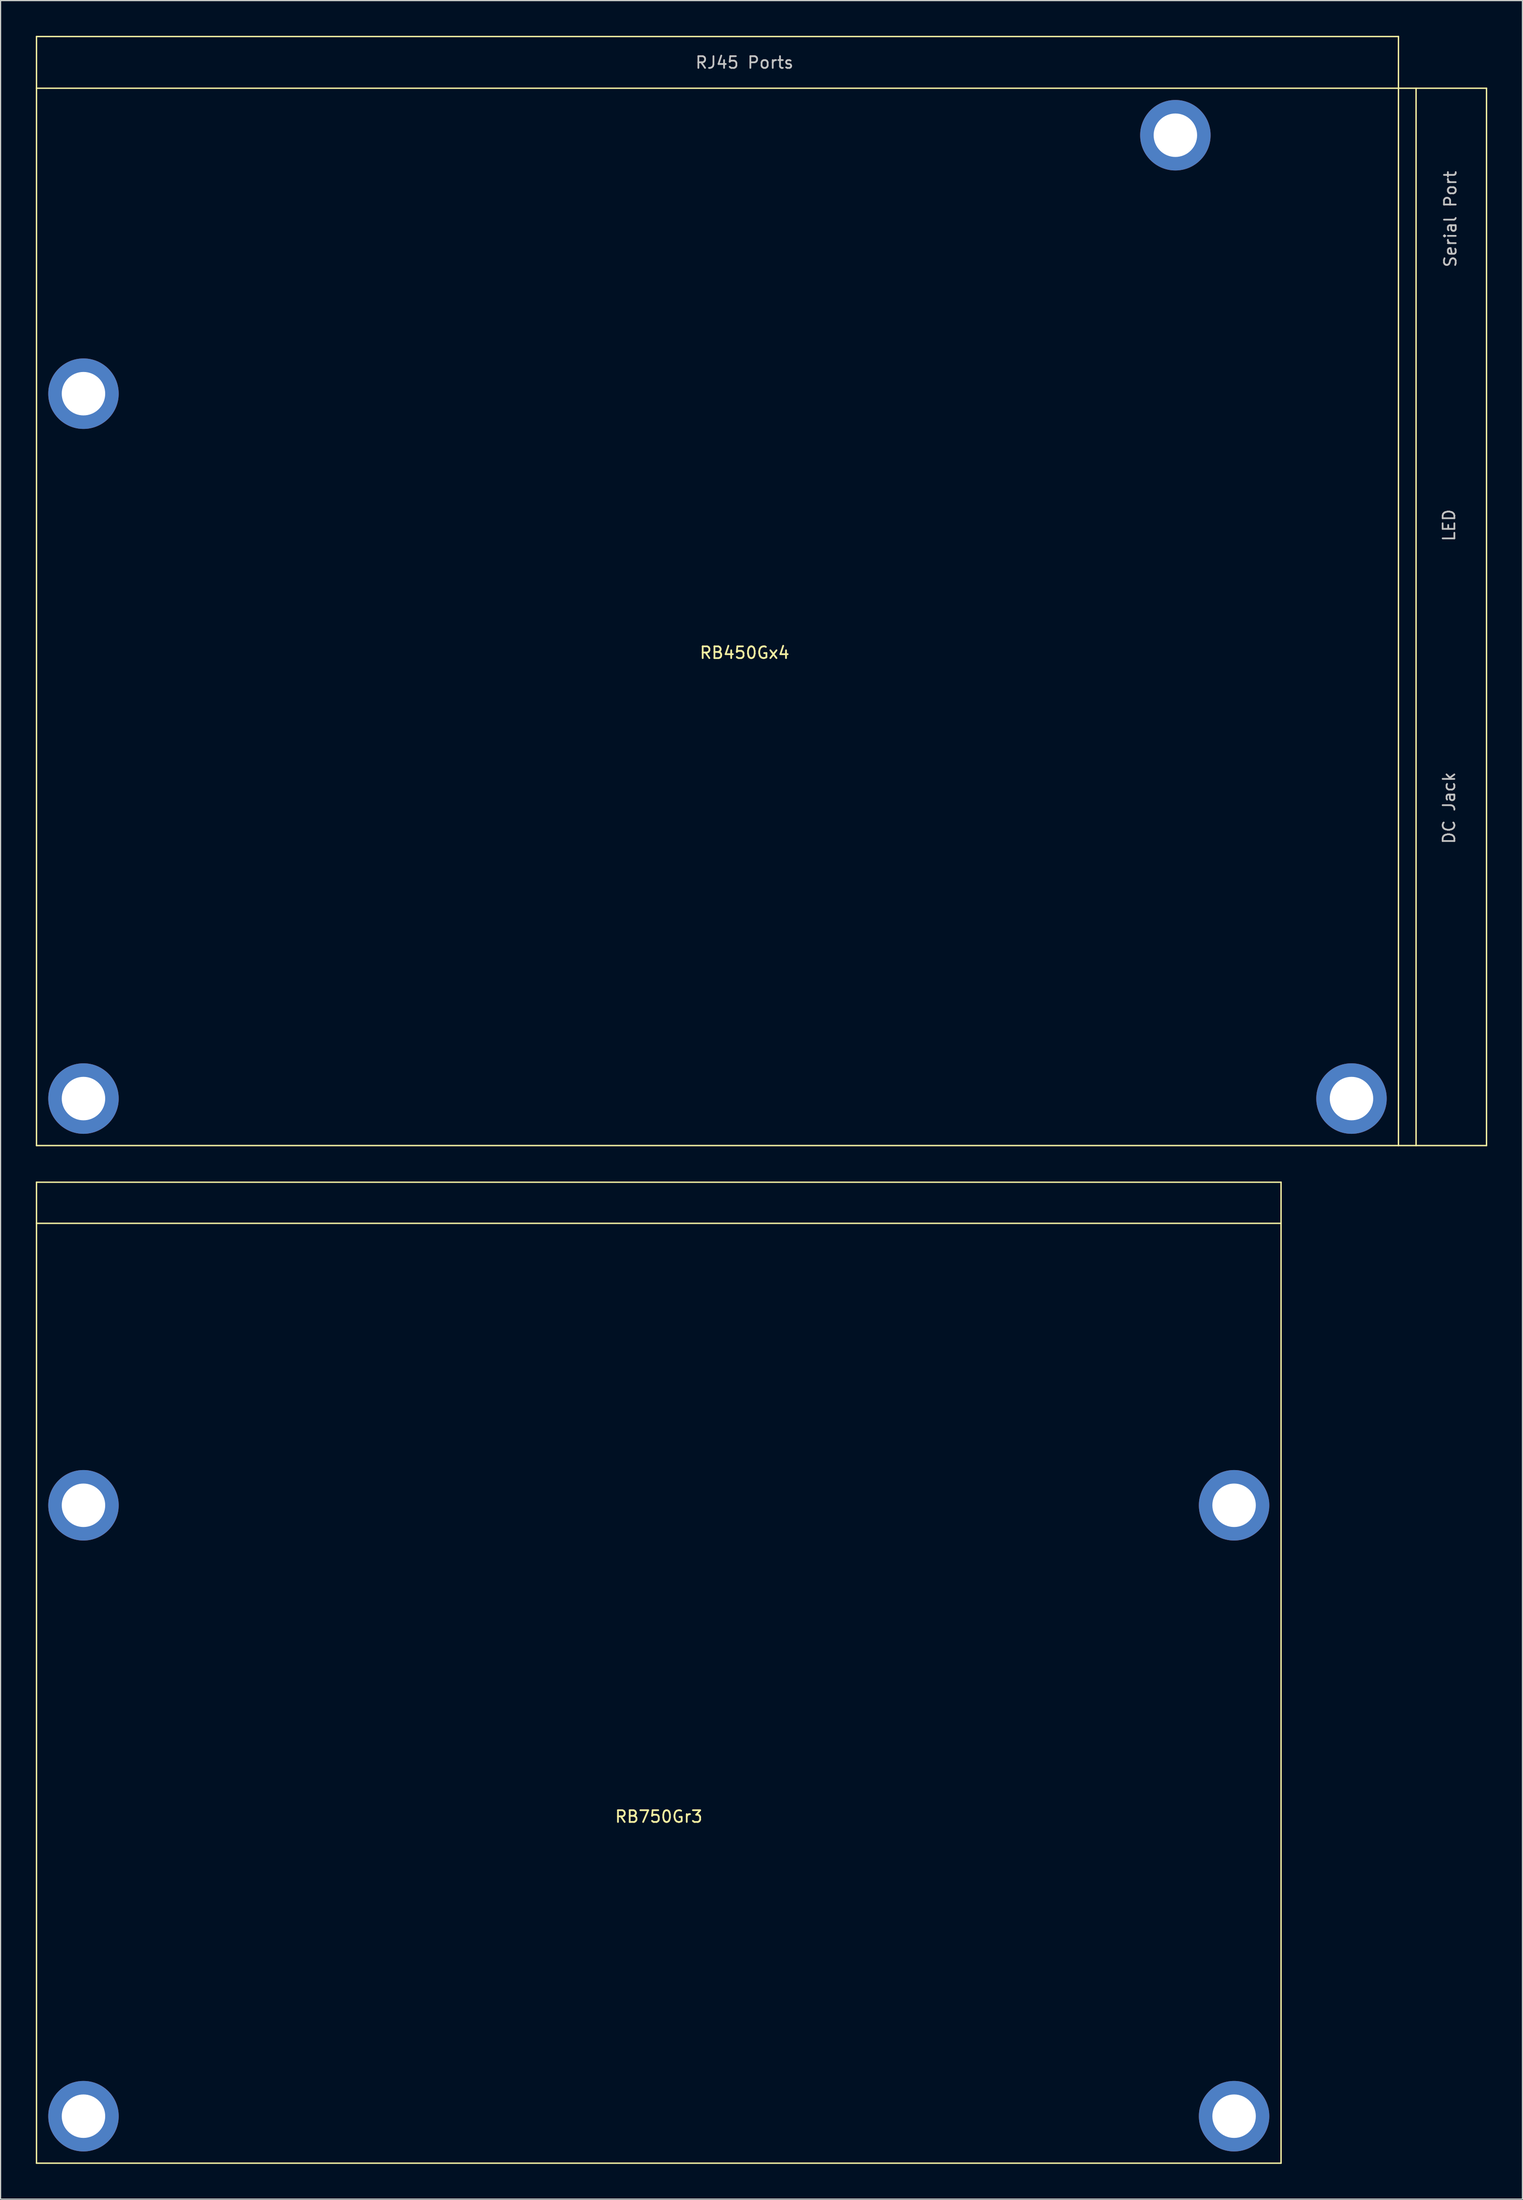
<source format=kicad_pcb>
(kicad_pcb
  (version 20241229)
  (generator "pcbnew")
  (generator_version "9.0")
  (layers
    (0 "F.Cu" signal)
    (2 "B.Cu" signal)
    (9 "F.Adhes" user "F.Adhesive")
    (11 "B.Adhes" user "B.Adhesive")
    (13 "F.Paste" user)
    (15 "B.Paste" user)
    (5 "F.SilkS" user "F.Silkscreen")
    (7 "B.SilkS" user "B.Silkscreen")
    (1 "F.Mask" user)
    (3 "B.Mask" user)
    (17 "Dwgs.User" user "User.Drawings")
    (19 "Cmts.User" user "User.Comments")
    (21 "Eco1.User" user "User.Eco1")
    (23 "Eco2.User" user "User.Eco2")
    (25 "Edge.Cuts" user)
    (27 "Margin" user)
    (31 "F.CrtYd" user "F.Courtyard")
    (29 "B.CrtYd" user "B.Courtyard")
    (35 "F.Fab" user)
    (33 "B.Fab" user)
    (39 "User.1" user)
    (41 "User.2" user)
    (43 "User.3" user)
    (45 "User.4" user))
  (footprint "RB450Gx4"
    (layer "F.Cu")
    (at 60.436 52.707)
    (property "Reference" "RB450Gx4" (at -0.064 -0.195 180) (layer "F.SilkS") (effects (font (size 1 1) (thickness 0.15))))
    (attr through_hole)
    (fp_line (start -60.376 -52.647) (end 55.624 -52.647) (stroke (width 0.12) (type solid)) (layer "F.SilkS"))
    (fp_line (start -60.376 -48.247) (end -60.376 -52.647) (stroke (width 0.12) (type solid)) (layer "F.SilkS"))
    (fp_line (start -60.376 -48.247) (end -60.376 41.753) (stroke (width 0.12) (type solid)) (layer "F.SilkS"))
    (fp_line (start -60.376 41.753) (end 55.624 41.753) (stroke (width 0.12) (type solid)) (layer "F.SilkS"))
    (fp_line (start 55.624 -52.647) (end 55.624 -48.247) (stroke (width 0.12) (type solid)) (layer "F.SilkS"))
    (fp_line (start 55.624 -48.247) (end -60.376 -48.247) (stroke (width 0.12) (type solid)) (layer "F.SilkS"))
    (fp_line (start 55.624 41.753) (end 55.624 -48.247) (stroke (width 0.12) (type solid)) (layer "F.SilkS"))
    (fp_line (start 55.624 41.753) (end 63.124 41.753) (stroke (width 0.12) (type solid)) (layer "F.SilkS"))
    (fp_line (start 57.124 41.753) (end 57.124 -48.247) (stroke (width 0.12) (type solid)) (layer "F.SilkS"))
    (fp_line (start 63.124 -48.247) (end 55.624 -48.247) (stroke (width 0.12) (type solid)) (layer "F.SilkS"))
    (fp_line (start 63.124 41.753) (end 63.124 -48.247) (stroke (width 0.12) (type solid)) (layer "F.SilkS"))
    (fp_text user "DC Jack" (at 59.931 13.018 270) (layer "Dwgs.User") (effects (font (size 1 1) (thickness 0.15))))
    (fp_text user "Serial Port" (at 60.046 -37.109 270) (layer "Dwgs.User") (effects (font (size 1 1) (thickness 0.15))))
    (fp_text user "RJ45 Ports" (at -0.076 -50.432 180) (layer "Dwgs.User") (effects (font (size 1 1) (thickness 0.15))))
    (fp_text user "LED" (at 59.931 -11.049 270) (layer "Dwgs.User") (effects (font (size 1 1) (thickness 0.15))))
    (pad "1" thru_hole circle (at -56.376 -22.247 180) (size 6 6) (drill 3.7) (layers "*.Cu" "*.Mask"))
    (pad "2" thru_hole circle (at 36.624 -44.247 180) (size 6 6) (drill 3.7) (layers "*.Cu" "*.Mask"))
    (pad "3" thru_hole circle (at -56.376 37.753 180) (size 6 6) (drill 3.7) (layers "*.Cu" "*.Mask"))
    (pad "4" thru_hole circle (at 51.624 37.753 180) (size 6 6) (drill 3.7) (layers "*.Cu" "*.Mask")))
  (footprint "RB750Gr3"
    (layer "F.Cu")
    (at 53.06 151.08)
    (property "Reference" "RB750Gr3" (at 0 0.5 0) (layer "F.SilkS") (effects (font (size 1 1) (thickness 0.15))))
    (attr through_hole)
    (fp_line (start -53 -53.5) (end -53 -50) (stroke (width 0.12) (type solid)) (layer "F.SilkS"))
    (fp_line (start -53 -53.5) (end 53 -53.5) (stroke (width 0.12) (type solid)) (layer "F.SilkS"))
    (fp_line (start -53 -50) (end -53 30) (stroke (width 0.12) (type solid)) (layer "F.SilkS"))
    (fp_line (start -53 30) (end 53 30) (stroke (width 0.12) (type solid)) (layer "F.SilkS"))
    (fp_line (start 53 -53.5) (end 53 -50) (stroke (width 0.12) (type solid)) (layer "F.SilkS"))
    (fp_line (start 53 -50) (end -53 -50) (stroke (width 0.12) (type solid)) (layer "F.SilkS"))
    (fp_line (start 53 30) (end 53 -50) (stroke (width 0.12) (type solid)) (layer "F.SilkS"))
    (pad "1" thru_hole circle (at -49 -26) (size 6 6) (drill 3.7) (layers "*.Cu" "*.Mask"))
    (pad "2" thru_hole circle (at 49 -26) (size 6 6) (drill 3.7) (layers "*.Cu" "*.Mask"))
    (pad "3" thru_hole circle (at -49 26) (size 6 6) (drill 3.7) (layers "*.Cu" "*.Mask"))
    (pad "4" thru_hole circle (at 49 26) (size 6 6) (drill 3.7) (layers "*.Cu" "*.Mask")))
  (gr_rect
    (start -3 -3)
    (end 126.62 184.14)
    (stroke (width 0.1) (type default))
    (fill no)
    (layer "Edge.Cuts")))
</source>
